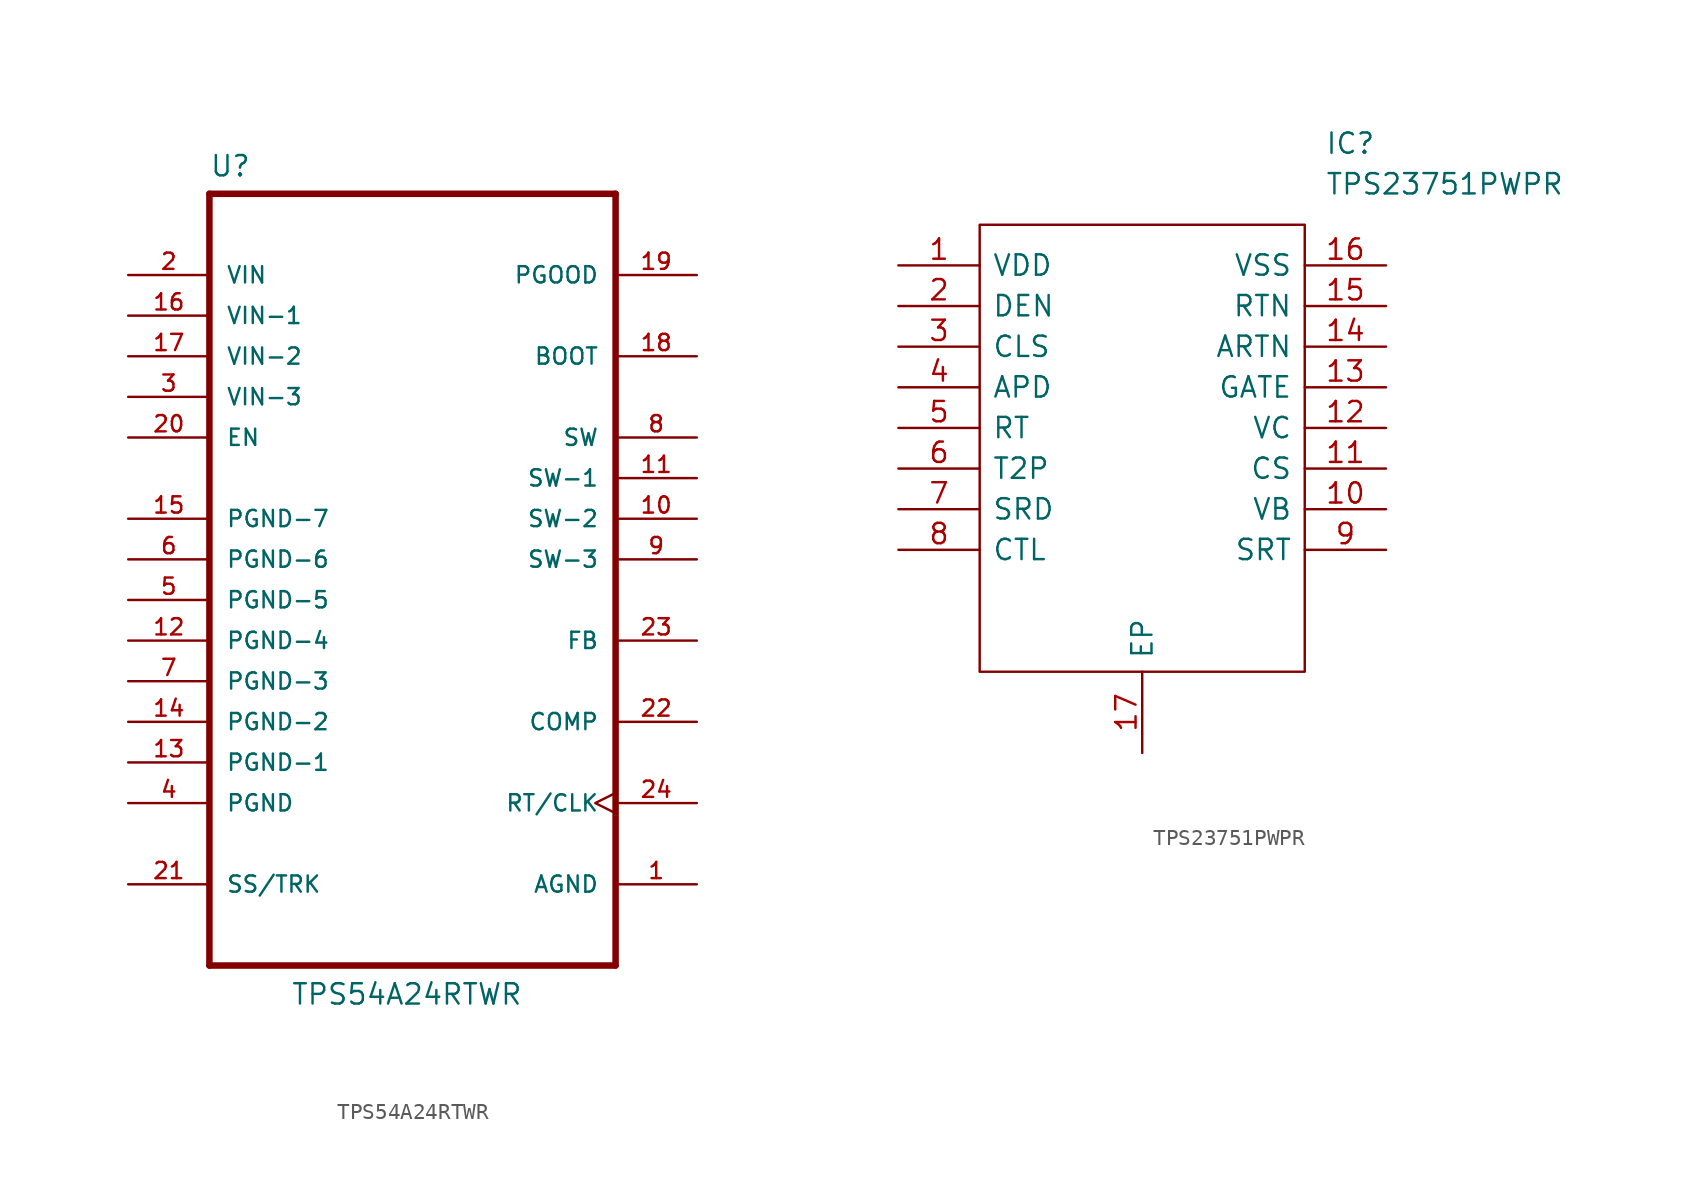
<source format=kicad_sym>
(kicad_symbol_lib
  (version 20201005)
  (generator kicad_symbol_editor)
  (symbol "AP3500:TPS54A24RTWR"
    (pin_names
      (offset 1.016))
    (property "Reference" "U"
      (at -12.7 23.851 0)
      (effects (font (size 1.27 1.27)) (justify left bottom)))
    (property "Value" "TPS54A24RTWR"
      (at -7.62 -27.94 0)
      (effects (font (size 1.27 1.27)) (justify left bottom)))
    (property "ki_locked" ""
      (at 0 0 0)
      (effects (font (size 1.27 1.27))))
    (symbol "TPS54A24RTWR_0_0"
      (polyline (pts (xy -12.7 22.86) (xy 12.7 22.86)) (stroke (width 0.406)) (fill (type none)))
      (polyline (pts (xy 12.7 22.86) (xy 12.7 -25.4)) (stroke (width 0.406)) (fill (type none)))
      (polyline (pts (xy 12.7 -25.4) (xy -12.7 -25.4)) (stroke (width 0.406)) (fill (type none)))
      (polyline (pts (xy -12.7 -25.4) (xy -12.7 22.86)) (stroke (width 0.406)) (fill (type none)))
      (pin input clock (at 17.78 -15.24 180) (length 5.08) (name "RT/CLK" (effects (font (size 1.016 1.016)))) (number "24" (effects (font (size 1.016 1.016)))))
      (pin input line (at -17.78 17.78 0) (length 5.08) (name "VIN" (effects (font (size 1.016 1.016)))) (number "2" (effects (font (size 1.016 1.016)))))
      (pin input line (at -17.78 15.24 0) (length 5.08) (name "VIN-1" (effects (font (size 1.016 1.016)))) (number "16" (effects (font (size 1.016 1.016)))))
      (pin input line (at -17.78 12.7 0) (length 5.08) (name "VIN-2" (effects (font (size 1.016 1.016)))) (number "17" (effects (font (size 1.016 1.016)))))
      (pin input line (at -17.78 10.16 0) (length 5.08) (name "VIN-3" (effects (font (size 1.016 1.016)))) (number "3" (effects (font (size 1.016 1.016)))))
      (pin bidirectional line (at 17.78 12.7 180) (length 5.08) (name "BOOT" (effects (font (size 1.016 1.016)))) (number "18" (effects (font (size 1.016 1.016)))))
      (pin bidirectional line (at 17.78 -10.16 180) (length 5.08) (name "COMP" (effects (font (size 1.016 1.016)))) (number "22" (effects (font (size 1.016 1.016)))))
      (pin bidirectional line (at -17.78 7.62 0) (length 5.08) (name "EN" (effects (font (size 1.016 1.016)))) (number "20" (effects (font (size 1.016 1.016)))))
      (pin bidirectional line (at 17.78 -5.08 180) (length 5.08) (name "FB" (effects (font (size 1.016 1.016)))) (number "23" (effects (font (size 1.016 1.016)))))
      (pin bidirectional line (at 17.78 17.78 180) (length 5.08) (name "PGOOD" (effects (font (size 1.016 1.016)))) (number "19" (effects (font (size 1.016 1.016)))))
      (pin bidirectional line (at -17.78 -20.32 0) (length 5.08) (name "SS/TRK" (effects (font (size 1.016 1.016)))) (number "21" (effects (font (size 1.016 1.016)))))
      (pin bidirectional line (at 17.78 7.62 180) (length 5.08) (name "SW" (effects (font (size 1.016 1.016)))) (number "8" (effects (font (size 1.016 1.016)))))
      (pin bidirectional line (at 17.78 5.08 180) (length 5.08) (name "SW-1" (effects (font (size 1.016 1.016)))) (number "11" (effects (font (size 1.016 1.016)))))
      (pin bidirectional line (at 17.78 2.54 180) (length 5.08) (name "SW-2" (effects (font (size 1.016 1.016)))) (number "10" (effects (font (size 1.016 1.016)))))
      (pin bidirectional line (at 17.78 0 180) (length 5.08) (name "SW-3" (effects (font (size 1.016 1.016)))) (number "9" (effects (font (size 1.016 1.016)))))
      (pin power_in line (at 17.78 -20.32 180) (length 5.08) (name "AGND" (effects (font (size 1.016 1.016)))) (number "1" (effects (font (size 1.016 1.016)))))
      (pin power_in line (at -17.78 -15.24 0) (length 5.08) (name "PGND" (effects (font (size 1.016 1.016)))) (number "4" (effects (font (size 1.016 1.016)))))
      (pin power_in line (at -17.78 -12.7 0) (length 5.08) (name "PGND-1" (effects (font (size 1.016 1.016)))) (number "13" (effects (font (size 1.016 1.016)))))
      (pin power_in line (at -17.78 -10.16 0) (length 5.08) (name "PGND-2" (effects (font (size 1.016 1.016)))) (number "14" (effects (font (size 1.016 1.016)))))
      (pin power_in line (at -17.78 -7.62 0) (length 5.08) (name "PGND-3" (effects (font (size 1.016 1.016)))) (number "7" (effects (font (size 1.016 1.016)))))
      (pin power_in line (at -17.78 -5.08 0) (length 5.08) (name "PGND-4" (effects (font (size 1.016 1.016)))) (number "12" (effects (font (size 1.016 1.016)))))
      (pin power_in line (at -17.78 -2.54 0) (length 5.08) (name "PGND-5" (effects (font (size 1.016 1.016)))) (number "5" (effects (font (size 1.016 1.016)))))
      (pin power_in line (at -17.78 0 0) (length 5.08) (name "PGND-6" (effects (font (size 1.016 1.016)))) (number "6" (effects (font (size 1.016 1.016)))))
      (pin power_in line (at -17.78 2.54 0) (length 5.08) (name "PGND-7" (effects (font (size 1.016 1.016)))) (number "15" (effects (font (size 1.016 1.016)))))))
  (symbol "AP3500:TPS23751PWPR"
    (pin_names
      (offset 0.762))
    (property "Reference" "IC"
      (at 26.67 7.62 0)
      (effects (font (size 1.27 1.27)) (justify left)))
    (property "Value" "TPS23751PWPR"
      (at 26.67 5.08 0)
      (effects (font (size 1.27 1.27)) (justify left)))
    (symbol "TPS23751PWPR_0_1"
      (polyline (pts (xy 5.08 2.54) (xy 25.4 2.54) (xy 25.4 -25.4) (xy 5.08 -25.4) (xy 5.08 2.54)) (stroke (width 0.152)) (fill (type none))))
    (symbol "TPS23751PWPR_0_0"
      (pin passive line (at 0 0 0) (length 5.08) (name "VDD" (effects (font (size 1.27 1.27)))) (number "1" (effects (font (size 1.27 1.27)))))
      (pin passive line (at 0 -2.54 0) (length 5.08) (name "DEN" (effects (font (size 1.27 1.27)))) (number "2" (effects (font (size 1.27 1.27)))))
      (pin passive line (at 0 -5.08 0) (length 5.08) (name "CLS" (effects (font (size 1.27 1.27)))) (number "3" (effects (font (size 1.27 1.27)))))
      (pin passive line (at 0 -7.62 0) (length 5.08) (name "APD" (effects (font (size 1.27 1.27)))) (number "4" (effects (font (size 1.27 1.27)))))
      (pin passive line (at 0 -10.16 0) (length 5.08) (name "RT" (effects (font (size 1.27 1.27)))) (number "5" (effects (font (size 1.27 1.27)))))
      (pin passive line (at 0 -12.7 0) (length 5.08) (name "T2P" (effects (font (size 1.27 1.27)))) (number "6" (effects (font (size 1.27 1.27)))))
      (pin passive line (at 0 -15.24 0) (length 5.08) (name "SRD" (effects (font (size 1.27 1.27)))) (number "7" (effects (font (size 1.27 1.27)))))
      (pin passive line (at 0 -17.78 0) (length 5.08) (name "CTL" (effects (font (size 1.27 1.27)))) (number "8" (effects (font (size 1.27 1.27)))))
      (pin passive line (at 15.24 -30.48 90) (length 5.08) (name "EP" (effects (font (size 1.27 1.27)))) (number "17" (effects (font (size 1.27 1.27)))))
      (pin passive line (at 30.48 0 180) (length 5.08) (name "VSS" (effects (font (size 1.27 1.27)))) (number "16" (effects (font (size 1.27 1.27)))))
      (pin passive line (at 30.48 -2.54 180) (length 5.08) (name "RTN" (effects (font (size 1.27 1.27)))) (number "15" (effects (font (size 1.27 1.27)))))
      (pin passive line (at 30.48 -5.08 180) (length 5.08) (name "ARTN" (effects (font (size 1.27 1.27)))) (number "14" (effects (font (size 1.27 1.27)))))
      (pin passive line (at 30.48 -7.62 180) (length 5.08) (name "GATE" (effects (font (size 1.27 1.27)))) (number "13" (effects (font (size 1.27 1.27)))))
      (pin passive line (at 30.48 -10.16 180) (length 5.08) (name "VC" (effects (font (size 1.27 1.27)))) (number "12" (effects (font (size 1.27 1.27)))))
      (pin passive line (at 30.48 -12.7 180) (length 5.08) (name "CS" (effects (font (size 1.27 1.27)))) (number "11" (effects (font (size 1.27 1.27)))))
      (pin passive line (at 30.48 -15.24 180) (length 5.08) (name "VB" (effects (font (size 1.27 1.27)))) (number "10" (effects (font (size 1.27 1.27)))))
      (pin passive line (at 30.48 -17.78 180) (length 5.08) (name "SRT" (effects (font (size 1.27 1.27)))) (number "9" (effects (font (size 1.27 1.27))))))))
</source>
